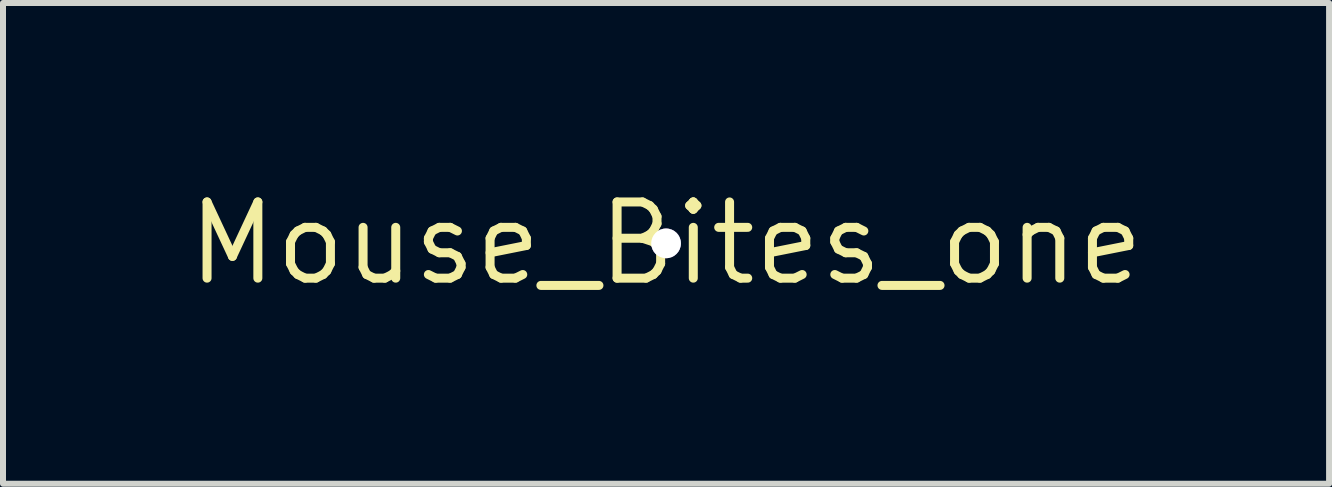
<source format=kicad_pcb>
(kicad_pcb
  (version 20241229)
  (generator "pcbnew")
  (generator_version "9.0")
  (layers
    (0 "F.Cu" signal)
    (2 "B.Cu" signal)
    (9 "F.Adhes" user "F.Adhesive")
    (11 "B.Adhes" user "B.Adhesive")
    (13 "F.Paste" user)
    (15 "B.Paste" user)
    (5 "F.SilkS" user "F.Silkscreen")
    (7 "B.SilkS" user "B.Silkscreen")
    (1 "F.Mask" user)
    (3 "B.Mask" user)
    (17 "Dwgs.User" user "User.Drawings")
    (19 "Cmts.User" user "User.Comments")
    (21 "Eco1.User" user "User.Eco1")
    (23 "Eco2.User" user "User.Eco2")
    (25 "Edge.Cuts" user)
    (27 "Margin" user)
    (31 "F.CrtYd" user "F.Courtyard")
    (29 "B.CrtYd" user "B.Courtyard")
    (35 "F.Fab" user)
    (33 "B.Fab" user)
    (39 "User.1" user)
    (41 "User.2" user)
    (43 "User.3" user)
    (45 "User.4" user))
  (footprint "Mouse_Bites_one"
    (layer "F.Cu")
    (at 8.051 1.006)
    (property "Reference" "Mouse_Bites_one" (at 0 0 0) (layer "F.SilkS") (effects (font (size 1.27 1.27) (thickness 0.15))))
    (attr through_hole)
    (pad "1" thru_hole circle (at -0.000048 0.000029) (size 0.495 0.495) (drill 0.495) (layers "*.Cu" "*.Mask")))
  (gr_rect
    (start -3 -3)
    (end 19.101 5.012)
    (stroke (width 0.1) (type default))
    (fill no)
    (layer "Edge.Cuts")))
</source>
